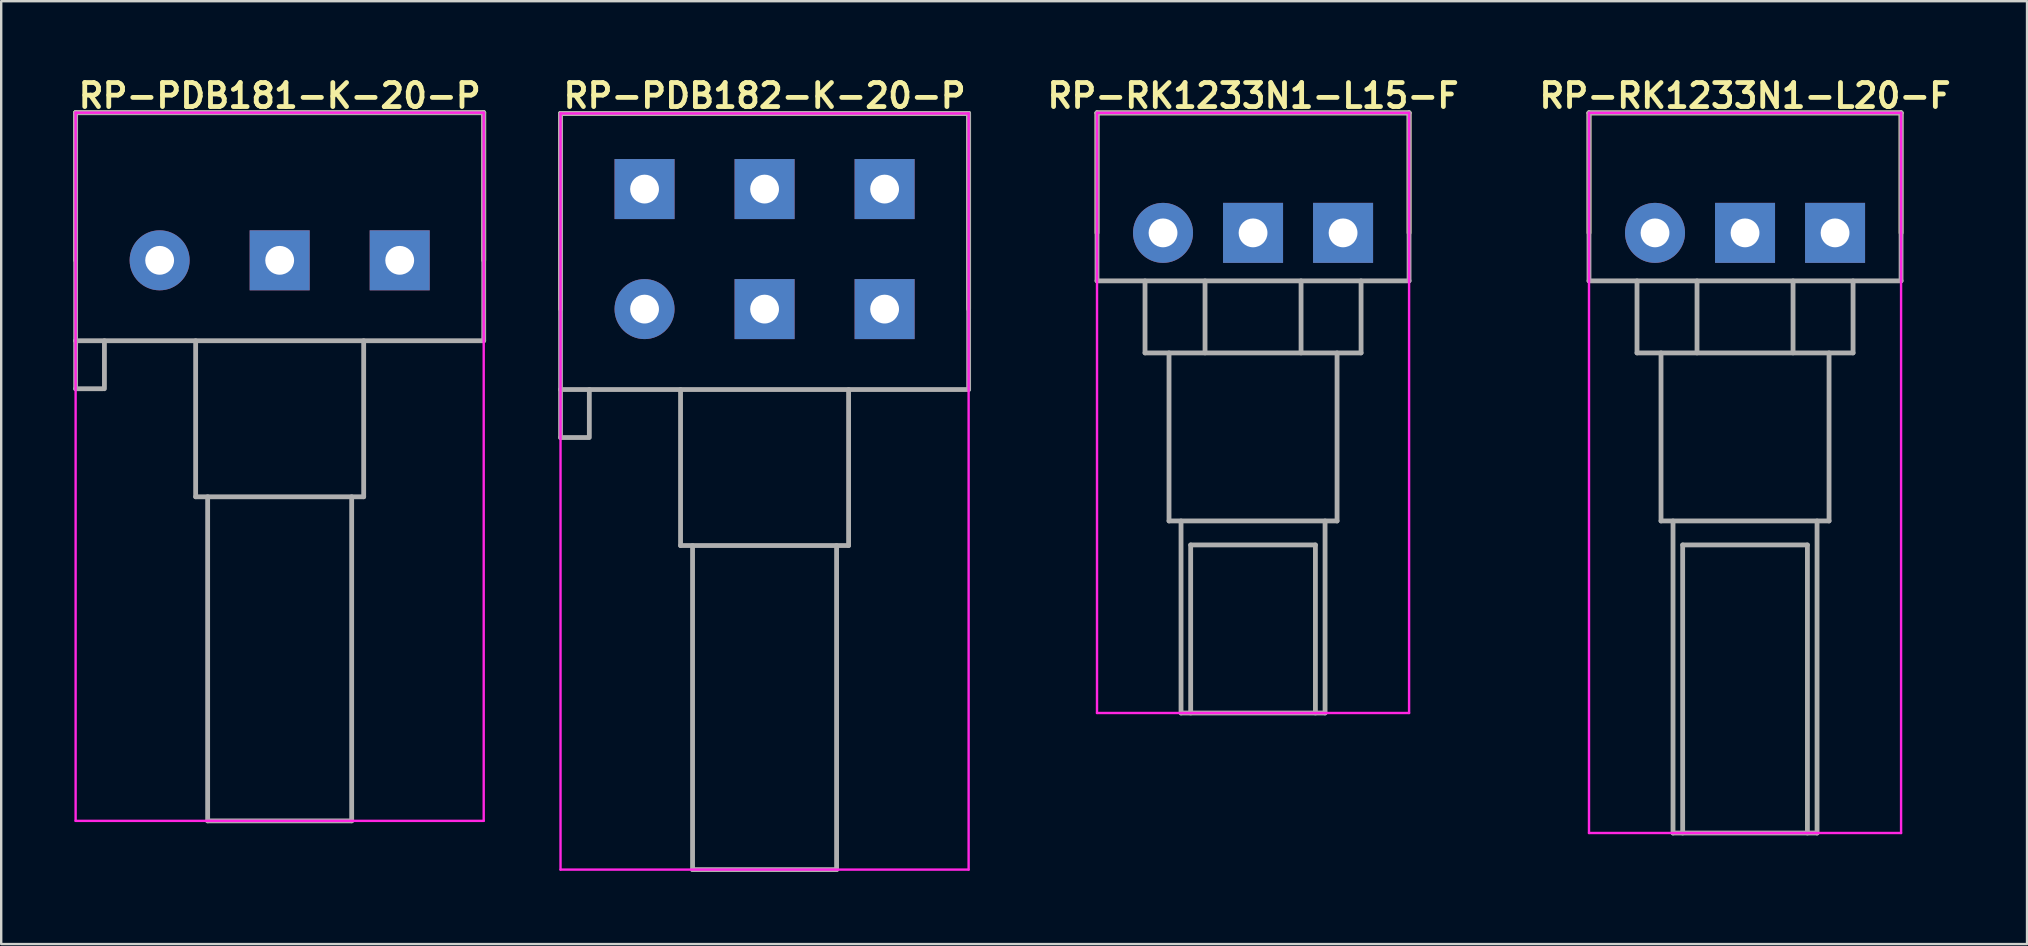
<source format=kicad_pcb>
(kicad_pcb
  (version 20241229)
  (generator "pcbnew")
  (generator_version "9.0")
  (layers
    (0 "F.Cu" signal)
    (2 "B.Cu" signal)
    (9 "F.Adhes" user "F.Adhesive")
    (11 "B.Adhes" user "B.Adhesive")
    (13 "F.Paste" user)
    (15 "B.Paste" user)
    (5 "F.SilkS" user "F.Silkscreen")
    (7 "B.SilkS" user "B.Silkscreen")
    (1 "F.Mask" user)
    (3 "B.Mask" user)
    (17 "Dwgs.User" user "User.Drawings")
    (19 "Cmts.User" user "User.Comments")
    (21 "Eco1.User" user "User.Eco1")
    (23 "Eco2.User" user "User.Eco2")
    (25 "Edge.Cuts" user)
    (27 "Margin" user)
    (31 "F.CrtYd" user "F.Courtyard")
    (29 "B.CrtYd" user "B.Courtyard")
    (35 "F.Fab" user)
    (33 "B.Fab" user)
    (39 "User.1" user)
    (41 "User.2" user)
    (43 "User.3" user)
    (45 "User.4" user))
  (footprint "RP-PDB182-K-20-P"
    (layer "F.Cu")
    (at 28.8 9.826)
    (property "Reference" "RP-PDB182-K-20-P" (at 0 -8.89 0) (layer "F.SilkS") (effects (font (size 1 1) (thickness 0.2))))
    (attr through_hole)
    (fp_line (start -8.5 -8.15) (end -8.5 0) (stroke (width 0.2) (type solid)) (layer "F.SilkS"))
    (fp_line (start -8.5 -8.15) (end 8.5 -8.15) (stroke (width 0.2) (type solid)) (layer "F.SilkS"))
    (fp_line (start 8.5 -8.15) (end 8.5 0) (stroke (width 0.2) (type solid)) (layer "F.SilkS"))
    (fp_line (start -8.5 -8.15) (end -8.5 23.35) (stroke (width 0.1) (type solid)) (layer "F.CrtYd"))
    (fp_line (start -8.5 -8.15) (end 8.5 -8.15) (stroke (width 0.1) (type solid)) (layer "F.CrtYd"))
    (fp_line (start -8.5 23.35) (end 8.5 23.35) (stroke (width 0.1) (type solid)) (layer "F.CrtYd"))
    (fp_line (start 8.5 -8.15) (end 8.5 23.35) (stroke (width 0.1) (type solid)) (layer "F.CrtYd"))
    (fp_line (start -8.5 -8.15) (end -8.5 3.35) (stroke (width 0.2) (type solid)) (layer "F.Fab"))
    (fp_line (start -8.5 -8.15) (end 8.5 -8.15) (stroke (width 0.2) (type solid)) (layer "F.Fab"))
    (fp_line (start -8.5 3.35) (end -8.5 5.35) (stroke (width 0.2) (type solid)) (layer "F.Fab"))
    (fp_line (start -8.5 3.35) (end 8.5 3.35) (stroke (width 0.2) (type solid)) (layer "F.Fab"))
    (fp_line (start -8.5 5.35) (end -7.366 5.35) (stroke (width 0.2) (type solid)) (layer "F.Fab"))
    (fp_line (start -7.3 3.35) (end -7.3 5.35) (stroke (width 0.2) (type solid)) (layer "F.Fab"))
    (fp_line (start -3.5 3.35) (end -3.5 9.85) (stroke (width 0.2) (type solid)) (layer "F.Fab"))
    (fp_line (start -3.5 9.85) (end 3.5 9.85) (stroke (width 0.2) (type solid)) (layer "F.Fab"))
    (fp_line (start -3 9.85) (end -3 23.35) (stroke (width 0.2) (type solid)) (layer "F.Fab"))
    (fp_line (start -3 23.35) (end 3 23.35) (stroke (width 0.2) (type solid)) (layer "F.Fab"))
    (fp_line (start 3 9.85) (end 3 23.35) (stroke (width 0.2) (type solid)) (layer "F.Fab"))
    (fp_line (start 3.5 3.35) (end 3.5 9.85) (stroke (width 0.2) (type solid)) (layer "F.Fab"))
    (fp_line (start 8.5 -8.15) (end 8.5 3.35) (stroke (width 0.2) (type solid)) (layer "F.Fab"))
    (pad "1" thru_hole circle (at -5 0) (size 2.5 2.5) (drill 1.2) (layers "B.Cu" "B.Mask"))
    (pad "2" thru_hole rect (at 0 0) (size 2.5 2.5) (drill 1.2) (layers "B.Cu" "B.Mask"))
    (pad "3" thru_hole rect (at 5 0) (size 2.5 2.5) (drill 1.2) (layers "B.Cu" "B.Mask"))
    (pad "4" thru_hole rect (at -5 -5) (size 2.5 2.5) (drill 1.2) (layers "B.Cu" "B.Mask"))
    (pad "5" thru_hole rect (at 0 -5) (size 2.5 2.5) (drill 1.2) (layers "B.Cu" "B.Mask"))
    (pad "6" thru_hole rect (at 5 -5) (size 2.5 2.5) (drill 1.2) (layers "B.Cu" "B.Mask")))
  (footprint "RP-RK1233N1-L20-F"
    (layer "F.Cu")
    (at 69.643 6.651)
    (property "Reference" "RP-RK1233N1-L20-F" (at 0 -5.715 0) (layer "F.SilkS") (effects (font (size 1 1) (thickness 0.2))))
    (attr through_hole)
    (fp_line (start -6.5 -5) (end -6.5 0) (stroke (width 0.2) (type solid)) (layer "F.SilkS"))
    (fp_line (start -6.5 -5) (end 6.5 -5) (stroke (width 0.2) (type solid)) (layer "F.SilkS"))
    (fp_line (start 6.5 -5) (end 6.5 0) (stroke (width 0.2) (type solid)) (layer "F.SilkS"))
    (fp_line (start -6.5 -5) (end -6.5 25) (stroke (width 0.1) (type solid)) (layer "F.CrtYd"))
    (fp_line (start -6.5 -5) (end 6.5 -5) (stroke (width 0.1) (type solid)) (layer "F.CrtYd"))
    (fp_line (start -6.5 25) (end 6.5 25) (stroke (width 0.1) (type solid)) (layer "F.CrtYd"))
    (fp_line (start 6.5 -5) (end 6.5 25) (stroke (width 0.1) (type solid)) (layer "F.CrtYd"))
    (fp_line (start -6.5 -5) (end -6.5 2) (stroke (width 0.2) (type solid)) (layer "F.Fab"))
    (fp_line (start -6.5 -5) (end 6.5 -5) (stroke (width 0.2) (type solid)) (layer "F.Fab"))
    (fp_line (start -6.5 2) (end 6.5 2) (stroke (width 0.2) (type solid)) (layer "F.Fab"))
    (fp_line (start -4.5 2) (end -4.5 5) (stroke (width 0.2) (type solid)) (layer "F.Fab"))
    (fp_line (start -4.5 5) (end 4.5 5) (stroke (width 0.2) (type solid)) (layer "F.Fab"))
    (fp_line (start -3.5 5) (end -3.5 12) (stroke (width 0.2) (type solid)) (layer "F.Fab"))
    (fp_line (start -3.5 12) (end 3.5 12) (stroke (width 0.2) (type solid)) (layer "F.Fab"))
    (fp_line (start -3 12) (end -3 25) (stroke (width 0.2) (type solid)) (layer "F.Fab"))
    (fp_line (start -3 25) (end 3 25) (stroke (width 0.2) (type solid)) (layer "F.Fab"))
    (fp_line (start -2.598 13) (end -2.598 25) (stroke (width 0.2) (type solid)) (layer "F.Fab"))
    (fp_line (start -2.598 13) (end 2.598 13) (stroke (width 0.2) (type solid)) (layer "F.Fab"))
    (fp_line (start -2 2) (end -2 5) (stroke (width 0.2) (type solid)) (layer "F.Fab"))
    (fp_line (start 2 2) (end 2 5) (stroke (width 0.2) (type solid)) (layer "F.Fab"))
    (fp_line (start 2.598 13) (end 2.598 25) (stroke (width 0.2) (type solid)) (layer "F.Fab"))
    (fp_line (start 3 12) (end 3 25) (stroke (width 0.2) (type solid)) (layer "F.Fab"))
    (fp_line (start 3.5 5) (end 3.5 12) (stroke (width 0.2) (type solid)) (layer "F.Fab"))
    (fp_line (start 4.5 2) (end 4.5 5) (stroke (width 0.2) (type solid)) (layer "F.Fab"))
    (fp_line (start 6.5 -5) (end 6.5 2) (stroke (width 0.2) (type solid)) (layer "F.Fab"))
    (pad "1" thru_hole circle (at -3.75 0) (size 2.5 2.5) (drill 1.2) (layers "B.Cu" "B.Mask"))
    (pad "2" thru_hole rect (at 0 0) (size 2.5 2.5) (drill 1.2) (layers "B.Cu" "B.Mask"))
    (pad "3" thru_hole rect (at 3.75 0) (size 2.5 2.5) (drill 1.2) (layers "B.Cu" "B.Mask")))
  (footprint "RP-PDB181-K-20-P"
    (layer "F.Cu")
    (at 8.6 7.794)
    (property "Reference" "RP-PDB181-K-20-P" (at 0 -6.858 0) (layer "F.SilkS") (effects (font (size 1 1) (thickness 0.2))))
    (attr through_hole)
    (fp_line (start -8.5 -6.15) (end -8.5 0) (stroke (width 0.2) (type solid)) (layer "F.SilkS"))
    (fp_line (start -8.5 -6.15) (end 8.5 -6.15) (stroke (width 0.2) (type solid)) (layer "F.SilkS"))
    (fp_line (start 8.5 -6.15) (end 8.5 0) (stroke (width 0.2) (type solid)) (layer "F.SilkS"))
    (fp_line (start -8.5 -6.15) (end -8.5 23.35) (stroke (width 0.1) (type solid)) (layer "F.CrtYd"))
    (fp_line (start -8.5 -6.15) (end 8.5 -6.15) (stroke (width 0.1) (type solid)) (layer "F.CrtYd"))
    (fp_line (start -8.5 23.35) (end 8.5 23.35) (stroke (width 0.1) (type solid)) (layer "F.CrtYd"))
    (fp_line (start 8.5 -6.15) (end 8.5 23.35) (stroke (width 0.1) (type solid)) (layer "F.CrtYd"))
    (fp_line (start -8.5 -6.15) (end -8.5 3.35) (stroke (width 0.2) (type solid)) (layer "F.Fab"))
    (fp_line (start -8.5 -6.15) (end 8.5 -6.15) (stroke (width 0.2) (type solid)) (layer "F.Fab"))
    (fp_line (start -8.5 3.35) (end -8.5 5.35) (stroke (width 0.2) (type solid)) (layer "F.Fab"))
    (fp_line (start -8.5 3.35) (end 8.5 3.35) (stroke (width 0.2) (type solid)) (layer "F.Fab"))
    (fp_line (start -8.5 5.35) (end -7.366 5.35) (stroke (width 0.2) (type solid)) (layer "F.Fab"))
    (fp_line (start -7.3 3.35) (end -7.3 5.35) (stroke (width 0.2) (type solid)) (layer "F.Fab"))
    (fp_line (start -3.5 3.35) (end -3.5 9.85) (stroke (width 0.2) (type solid)) (layer "F.Fab"))
    (fp_line (start -3.5 9.85) (end 3.5 9.85) (stroke (width 0.2) (type solid)) (layer "F.Fab"))
    (fp_line (start -3 9.85) (end -3 23.35) (stroke (width 0.2) (type solid)) (layer "F.Fab"))
    (fp_line (start -3 23.35) (end 3 23.35) (stroke (width 0.2) (type solid)) (layer "F.Fab"))
    (fp_line (start 3 9.85) (end 3 23.35) (stroke (width 0.2) (type solid)) (layer "F.Fab"))
    (fp_line (start 3.5 3.35) (end 3.5 9.85) (stroke (width 0.2) (type solid)) (layer "F.Fab"))
    (fp_line (start 8.5 -6.15) (end 8.5 3.35) (stroke (width 0.2) (type solid)) (layer "F.Fab"))
    (pad "1" thru_hole circle (at -5 0) (size 2.5 2.5) (drill 1.2) (layers "B.Cu" "B.Mask"))
    (pad "2" thru_hole rect (at 0 0) (size 2.5 2.5) (drill 1.2) (layers "B.Cu" "B.Mask"))
    (pad "3" thru_hole rect (at 5 0) (size 2.5 2.5) (drill 1.2) (layers "B.Cu" "B.Mask")))
  (footprint "RP-RK1233N1-L15-F"
    (layer "F.Cu")
    (at 49.148 6.651)
    (property "Reference" "RP-RK1233N1-L15-F" (at 0 -5.715 0) (layer "F.SilkS") (effects (font (size 1 1) (thickness 0.2))))
    (attr through_hole)
    (fp_line (start -6.5 -5) (end -6.5 0) (stroke (width 0.2) (type solid)) (layer "F.SilkS"))
    (fp_line (start -6.5 -5) (end 6.5 -5) (stroke (width 0.2) (type solid)) (layer "F.SilkS"))
    (fp_line (start 6.5 -5) (end 6.5 0) (stroke (width 0.2) (type solid)) (layer "F.SilkS"))
    (fp_line (start -6.5 -5) (end -6.5 20) (stroke (width 0.1) (type solid)) (layer "F.CrtYd"))
    (fp_line (start -6.5 -5) (end 6.5 -5) (stroke (width 0.1) (type solid)) (layer "F.CrtYd"))
    (fp_line (start -6.5 20) (end 6.5 20) (stroke (width 0.1) (type solid)) (layer "F.CrtYd"))
    (fp_line (start 6.5 -5) (end 6.5 20) (stroke (width 0.1) (type solid)) (layer "F.CrtYd"))
    (fp_line (start -6.5 -5) (end -6.5 2) (stroke (width 0.2) (type solid)) (layer "F.Fab"))
    (fp_line (start -6.5 -5) (end 6.5 -5) (stroke (width 0.2) (type solid)) (layer "F.Fab"))
    (fp_line (start -6.5 2) (end 6.5 2) (stroke (width 0.2) (type solid)) (layer "F.Fab"))
    (fp_line (start -4.5 2) (end -4.5 5) (stroke (width 0.2) (type solid)) (layer "F.Fab"))
    (fp_line (start -4.5 5) (end 4.5 5) (stroke (width 0.2) (type solid)) (layer "F.Fab"))
    (fp_line (start -3.5 5) (end -3.5 12) (stroke (width 0.2) (type solid)) (layer "F.Fab"))
    (fp_line (start -3.5 12) (end 3.5 12) (stroke (width 0.2) (type solid)) (layer "F.Fab"))
    (fp_line (start -3 12) (end -3 20) (stroke (width 0.2) (type solid)) (layer "F.Fab"))
    (fp_line (start -3 20) (end 3 20) (stroke (width 0.2) (type solid)) (layer "F.Fab"))
    (fp_line (start -2.598 13) (end -2.598 20) (stroke (width 0.2) (type solid)) (layer "F.Fab"))
    (fp_line (start -2.598 13) (end 2.598 13) (stroke (width 0.2) (type solid)) (layer "F.Fab"))
    (fp_line (start -2 2) (end -2 5) (stroke (width 0.2) (type solid)) (layer "F.Fab"))
    (fp_line (start 2 2) (end 2 5) (stroke (width 0.2) (type solid)) (layer "F.Fab"))
    (fp_line (start 2.598 13) (end 2.598 20) (stroke (width 0.2) (type solid)) (layer "F.Fab"))
    (fp_line (start 3 12) (end 3 20) (stroke (width 0.2) (type solid)) (layer "F.Fab"))
    (fp_line (start 3.5 5) (end 3.5 12) (stroke (width 0.2) (type solid)) (layer "F.Fab"))
    (fp_line (start 4.5 2) (end 4.5 5) (stroke (width 0.2) (type solid)) (layer "F.Fab"))
    (fp_line (start 6.5 -5) (end 6.5 2) (stroke (width 0.2) (type solid)) (layer "F.Fab"))
    (pad "1" thru_hole circle (at -3.75 0) (size 2.5 2.5) (drill 1.2) (layers "B.Cu" "B.Mask"))
    (pad "2" thru_hole rect (at 0 0) (size 2.5 2.5) (drill 1.2) (layers "B.Cu" "B.Mask"))
    (pad "3" thru_hole rect (at 3.75 0) (size 2.5 2.5) (drill 1.2) (layers "B.Cu" "B.Mask")))
  (gr_rect
    (start -3 -3)
    (end 81.39 36.276)
    (stroke (width 0.1) (type default))
    (fill no)
    (layer "Edge.Cuts")))
</source>
